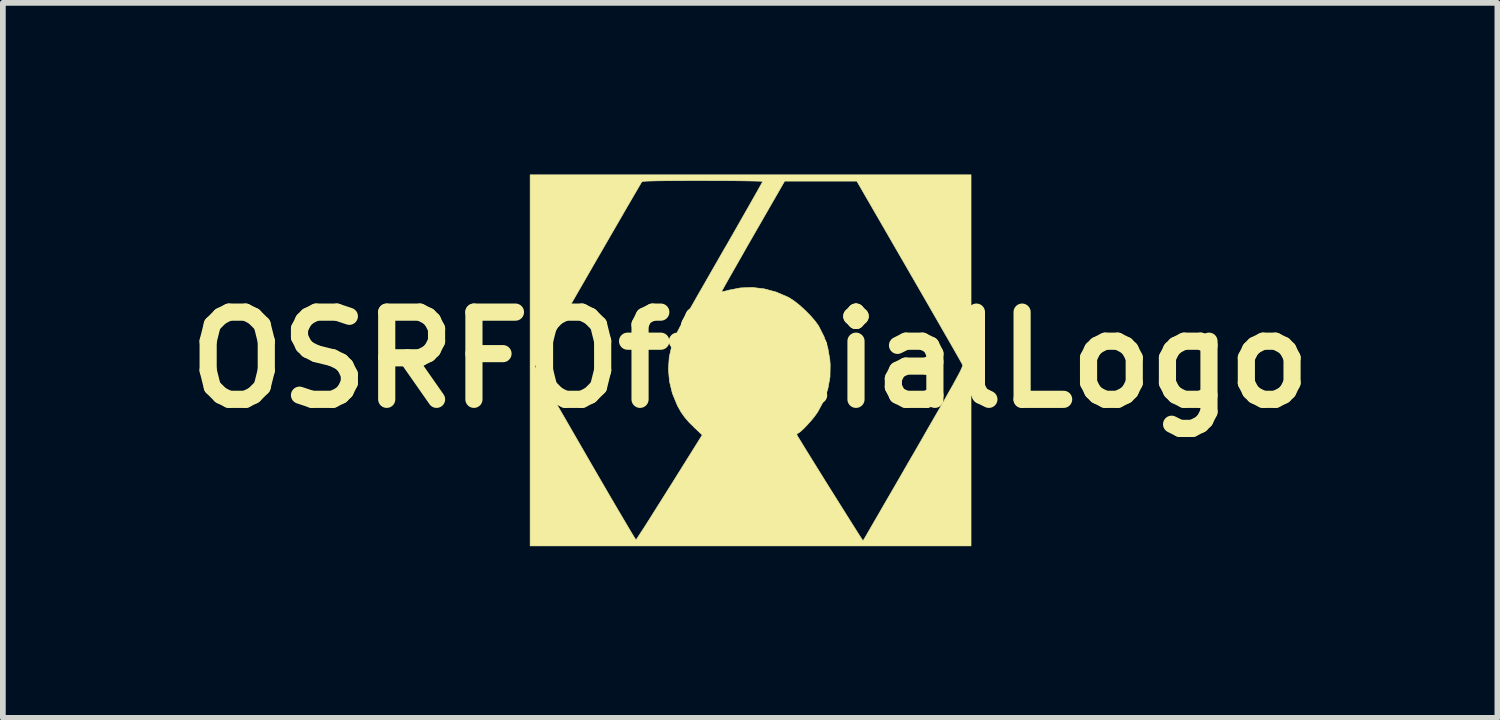
<source format=kicad_pcb>
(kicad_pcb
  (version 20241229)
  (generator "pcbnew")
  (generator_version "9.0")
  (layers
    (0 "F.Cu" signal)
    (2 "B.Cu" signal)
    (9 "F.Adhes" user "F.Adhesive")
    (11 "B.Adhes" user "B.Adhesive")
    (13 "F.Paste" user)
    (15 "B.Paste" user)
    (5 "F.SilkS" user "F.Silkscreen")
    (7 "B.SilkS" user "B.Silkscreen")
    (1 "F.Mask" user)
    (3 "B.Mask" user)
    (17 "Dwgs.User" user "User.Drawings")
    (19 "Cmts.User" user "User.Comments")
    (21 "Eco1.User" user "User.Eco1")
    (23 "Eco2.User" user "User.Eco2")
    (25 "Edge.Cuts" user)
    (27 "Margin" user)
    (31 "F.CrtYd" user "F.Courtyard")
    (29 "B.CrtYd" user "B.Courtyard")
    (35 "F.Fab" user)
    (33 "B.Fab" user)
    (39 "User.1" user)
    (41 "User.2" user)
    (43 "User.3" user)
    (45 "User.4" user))
  (footprint "OSRFOfficialLogo"
    (layer "F.Cu")
    (at 10.058 3.239)
    (property "Reference" "OSRFOfficialLogo" (at 0 0 0) (layer "F.SilkS") (effects (font (size 1.524 1.524) (thickness 0.3))))
    (attr through_hole)
    (fp_poly (pts (xy 3.861 3.251) (xy -3.844 3.251) (xy -3.844 0.116) (xy -3.759 0.116) (xy -2.883 1.633) (xy -2.763 1.841) (xy -2.647 2.041) (xy -2.537 2.23) (xy -2.434 2.407) (xy -2.339 2.569) (xy -2.253 2.715) (xy -2.177 2.844) (xy -2.113 2.952) (xy -2.062 3.038) (xy -2.024 3.1) (xy -2.001 3.136) (xy -1.994 3.145) (xy -1.982 3.13) (xy -1.955 3.089) (xy -1.913 3.024) (xy -1.857 2.938) (xy -1.79 2.833) (xy -1.713 2.711) (xy -1.627 2.574) (xy -1.533 2.426) (xy -1.435 2.269) (xy -1.408 2.227) (xy -0.836 1.312) (xy -0.968 1.188) (xy -1.066 1.091) (xy -1.143 1.002) (xy -1.207 0.911) (xy -1.265 0.808) (xy -1.275 0.787) (xy -1.358 0.585) (xy -1.409 0.376) (xy -1.427 0.164) (xy -1.413 -0.048) (xy -1.366 -0.257) (xy -1.355 -0.288) (xy -1.345 -0.318) (xy -1.335 -0.346) (xy -1.323 -0.376) (xy -1.309 -0.409) (xy -1.291 -0.447) (xy -1.269 -0.491) (xy -1.242 -0.544) (xy -1.208 -0.608) (xy -1.166 -0.684) (xy -1.116 -0.774) (xy -1.056 -0.88) (xy -0.986 -1.003) (xy -0.904 -1.147) (xy -0.88 -1.189) (xy -0.5 -1.189) (xy -0.483 -1.191) (xy -0.441 -1.2) (xy -0.384 -1.215) (xy -0.37 -1.219) (xy -0.168 -1.258) (xy 0.04 -1.266) (xy 0.248 -1.241) (xy 0.454 -1.186) (xy 0.653 -1.101) (xy 0.694 -1.079) (xy 0.776 -1.025) (xy 0.869 -0.951) (xy 0.964 -0.864) (xy 1.055 -0.772) (xy 1.133 -0.682) (xy 1.192 -0.602) (xy 1.2 -0.589) (xy 1.294 -0.402) (xy 1.358 -0.21) (xy 1.393 -0.007) (xy 1.4 0.085) (xy 1.396 0.302) (xy 1.358 0.511) (xy 1.288 0.711) (xy 1.185 0.904) (xy 1.165 0.934) (xy 1.12 0.996) (xy 1.065 1.063) (xy 1.006 1.129) (xy 0.948 1.19) (xy 0.895 1.24) (xy 0.852 1.274) (xy 0.826 1.287) (xy 0.825 1.287) (xy 0.817 1.3) (xy 0.82 1.315) (xy 0.83 1.334) (xy 0.857 1.378) (xy 0.898 1.444) (xy 0.95 1.53) (xy 1.014 1.633) (xy 1.086 1.749) (xy 1.164 1.875) (xy 1.248 2.01) (xy 1.334 2.149) (xy 1.422 2.289) (xy 1.51 2.429) (xy 1.595 2.565) (xy 1.676 2.694) (xy 1.751 2.813) (xy 1.818 2.919) (xy 1.875 3.01) (xy 1.921 3.082) (xy 1.954 3.133) (xy 1.972 3.159) (xy 1.974 3.162) (xy 1.983 3.147) (xy 2.008 3.105) (xy 2.047 3.037) (xy 2.1 2.946) (xy 2.165 2.833) (xy 2.242 2.701) (xy 2.329 2.55) (xy 2.425 2.384) (xy 2.529 2.205) (xy 2.64 2.013) (xy 2.756 1.811) (xy 2.854 1.643) (xy 2.996 1.397) (xy 3.121 1.178) (xy 3.232 0.986) (xy 3.329 0.818) (xy 3.412 0.673) (xy 3.482 0.548) (xy 3.542 0.443) (xy 3.59 0.355) (xy 3.629 0.283) (xy 3.66 0.225) (xy 3.682 0.18) (xy 3.698 0.145) (xy 3.708 0.12) (xy 3.713 0.102) (xy 3.714 0.09) (xy 3.712 0.085) (xy 3.702 0.065) (xy 3.675 0.017) (xy 3.634 -0.056) (xy 3.579 -0.152) (xy 3.512 -0.27) (xy 3.433 -0.407) (xy 3.344 -0.562) (xy 3.246 -0.733) (xy 3.14 -0.917) (xy 3.027 -1.113) (xy 2.909 -1.318) (xy 2.785 -1.532) (xy 2.78 -1.541) (xy 1.865 -3.124) (xy 0.604 -3.124) (xy 0.049 -2.159) (xy -0.046 -1.994) (xy -0.135 -1.837) (xy -0.218 -1.691) (xy -0.293 -1.56) (xy -0.359 -1.444) (xy -0.414 -1.347) (xy -0.456 -1.271) (xy -0.485 -1.219) (xy -0.499 -1.192) (xy -0.5 -1.189) (xy -0.88 -1.189) (xy -0.809 -1.312) (xy -0.701 -1.501) (xy -0.578 -1.715) (xy -0.44 -1.956) (xy -0.416 -1.996) (xy -0.314 -2.174) (xy -0.217 -2.344) (xy -0.127 -2.502) (xy -0.044 -2.648) (xy 0.03 -2.778) (xy 0.094 -2.89) (xy 0.146 -2.983) (xy 0.185 -3.053) (xy 0.211 -3.099) (xy 0.22 -3.118) (xy 0.22 -3.118) (xy 0.204 -3.121) (xy 0.156 -3.123) (xy 0.081 -3.125) (xy -0.02 -3.127) (xy -0.143 -3.129) (xy -0.286 -3.131) (xy -0.445 -3.132) (xy -0.618 -3.132) (xy -0.801 -3.133) (xy -0.828 -3.133) (xy -1.052 -3.133) (xy -1.245 -3.132) (xy -1.408 -3.131) (xy -1.543 -3.13) (xy -1.653 -3.128) (xy -1.74 -3.126) (xy -1.805 -3.124) (xy -1.85 -3.121) (xy -1.878 -3.117) (xy -1.891 -3.112) (xy -1.892 -3.111) (xy -1.903 -3.094) (xy -1.929 -3.05) (xy -1.97 -2.979) (xy -2.025 -2.886) (xy -2.092 -2.77) (xy -2.171 -2.635) (xy -2.259 -2.482) (xy -2.357 -2.313) (xy -2.463 -2.13) (xy -2.576 -1.934) (xy -2.695 -1.729) (xy -2.818 -1.515) (xy -2.834 -1.487) (xy -3.759 0.116) (xy -3.844 0.116) (xy -3.844 -3.234) (xy 3.861 -3.234) (xy 3.861 3.251)) (stroke (width 0.01) (type solid)) (fill yes) (layer "F.SilkS")))
  (gr_rect
    (start -3 -3)
    (end 23.117 9.495)
    (stroke (width 0.1) (type default))
    (fill no)
    (layer "Edge.Cuts")))
</source>
